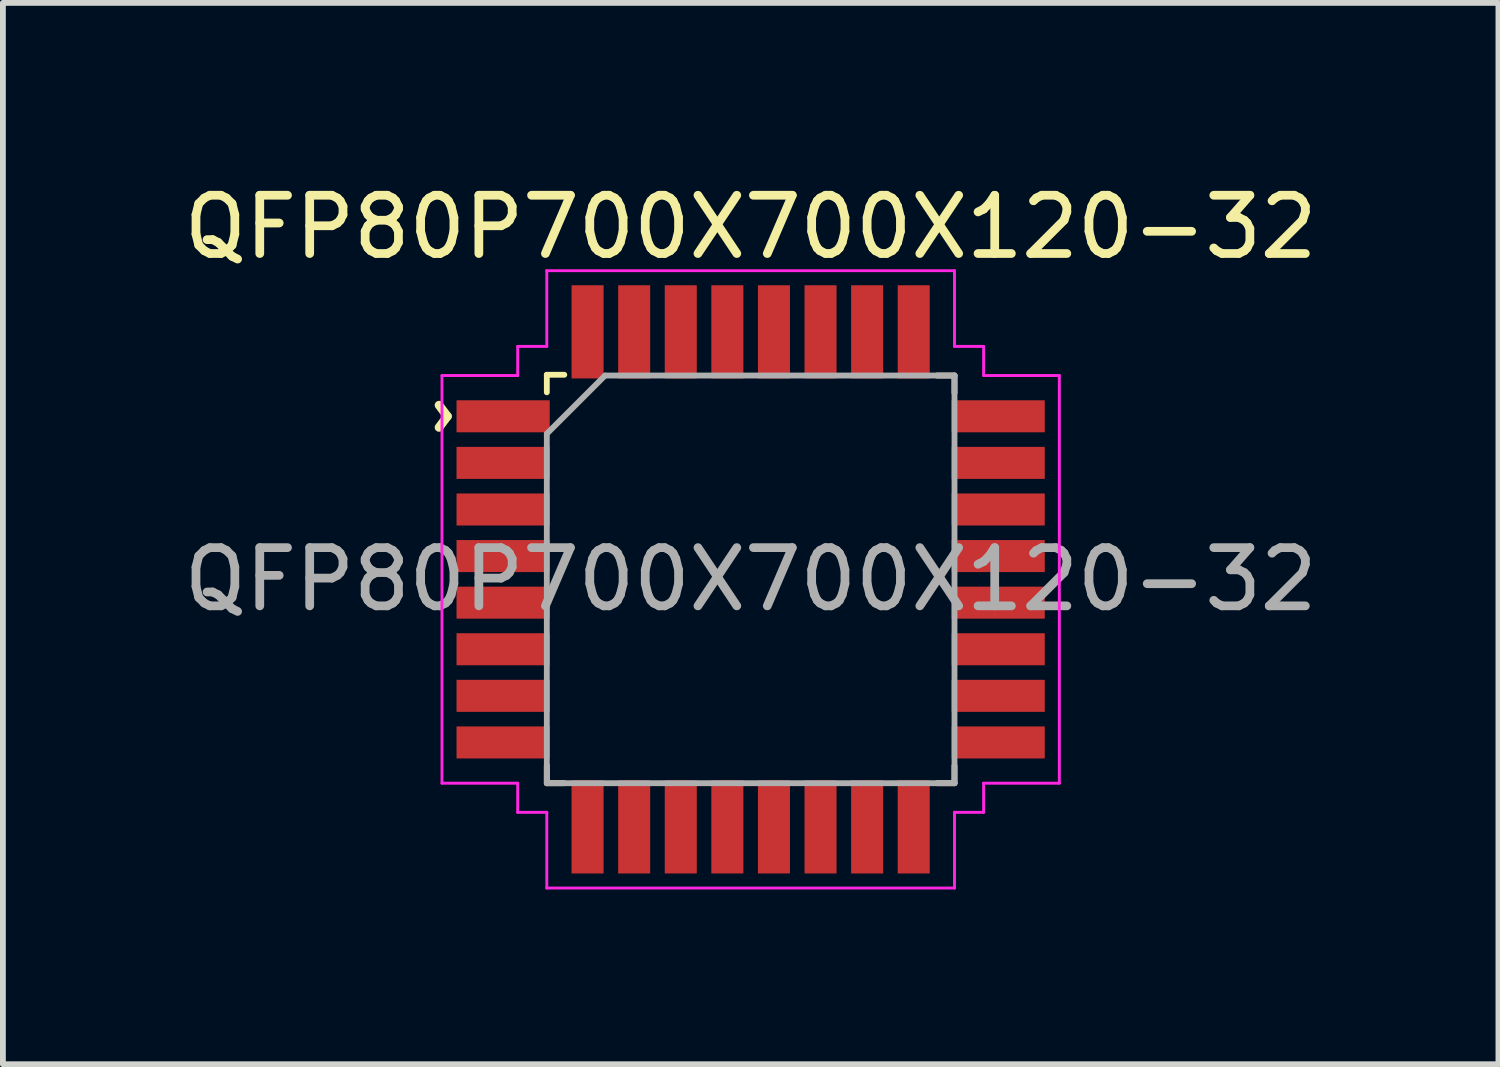
<source format=kicad_pcb>
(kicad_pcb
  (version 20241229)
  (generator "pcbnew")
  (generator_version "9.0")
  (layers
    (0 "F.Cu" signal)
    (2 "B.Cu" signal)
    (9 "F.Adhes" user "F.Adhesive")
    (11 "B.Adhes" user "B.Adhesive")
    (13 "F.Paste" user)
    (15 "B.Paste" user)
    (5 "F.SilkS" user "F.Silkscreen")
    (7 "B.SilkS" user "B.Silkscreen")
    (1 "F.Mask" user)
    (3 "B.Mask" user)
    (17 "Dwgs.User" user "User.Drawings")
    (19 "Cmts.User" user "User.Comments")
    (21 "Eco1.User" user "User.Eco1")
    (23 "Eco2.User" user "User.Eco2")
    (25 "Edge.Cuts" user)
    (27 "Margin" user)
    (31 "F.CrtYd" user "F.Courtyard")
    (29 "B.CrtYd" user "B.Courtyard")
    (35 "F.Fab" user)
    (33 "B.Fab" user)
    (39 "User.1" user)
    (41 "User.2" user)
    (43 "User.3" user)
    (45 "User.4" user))
  (footprint "QFP80P700X700X120-32"
    (layer "F.Cu")
    (at 9.839 6.898)
    (property "Reference" "QFP80P700X700X120-32" (at 0 -6.05 0) (layer "F.SilkS") (effects (font (size 1 1) (thickness 0.15))))
    (attr smd)
    (fp_line (start -3.5 -3.513) (end -3.2 -3.513) (stroke (width 0.1) (type solid)) (layer "F.SilkS"))
    (fp_line (start -3.5 -3.212) (end -3.5 -3.513) (stroke (width 0.1) (type solid)) (layer "F.SilkS"))
    (fp_line (start -3.5 3.5) (end -3.5 3.2) (stroke (width 0.1) (type solid)) (layer "F.SilkS"))
    (fp_line (start -3.2 3.5) (end -3.5 3.5) (stroke (width 0.1) (type solid)) (layer "F.SilkS"))
    (fp_line (start 3.2 -3.5) (end 3.5 -3.5) (stroke (width 0.1) (type solid)) (layer "F.SilkS"))
    (fp_line (start 3.5 -3.5) (end 3.5 -3.2) (stroke (width 0.1) (type solid)) (layer "F.SilkS"))
    (fp_line (start 3.5 3.2) (end 3.5 3.5) (stroke (width 0.1) (type solid)) (layer "F.SilkS"))
    (fp_line (start 3.5 3.5) (end 3.2 3.5) (stroke (width 0.1) (type solid)) (layer "F.SilkS"))
    (fp_line (start -5.3 -3.5) (end -5.3 3.5) (stroke (width 0.05) (type solid)) (layer "F.CrtYd"))
    (fp_line (start -5.3 -3.5) (end -4 -3.5) (stroke (width 0.05) (type solid)) (layer "F.CrtYd"))
    (fp_line (start -4 -4) (end -3.5 -4) (stroke (width 0.05) (type solid)) (layer "F.CrtYd"))
    (fp_line (start -4 -3.5) (end -4 -4) (stroke (width 0.05) (type solid)) (layer "F.CrtYd"))
    (fp_line (start -4 3.5) (end -5.3 3.5) (stroke (width 0.05) (type solid)) (layer "F.CrtYd"))
    (fp_line (start -4 4) (end -4 3.5) (stroke (width 0.05) (type solid)) (layer "F.CrtYd"))
    (fp_line (start -3.5 -5.3) (end 3.5 -5.3) (stroke (width 0.05) (type solid)) (layer "F.CrtYd"))
    (fp_line (start -3.5 -4) (end -3.5 -5.3) (stroke (width 0.05) (type solid)) (layer "F.CrtYd"))
    (fp_line (start -3.5 4) (end -4 4) (stroke (width 0.05) (type solid)) (layer "F.CrtYd"))
    (fp_line (start -3.5 5.3) (end -3.5 4) (stroke (width 0.05) (type solid)) (layer "F.CrtYd"))
    (fp_line (start -3.5 5.3) (end 3.5 5.3) (stroke (width 0.05) (type solid)) (layer "F.CrtYd"))
    (fp_line (start 3.5 -5.3) (end 3.5 -4) (stroke (width 0.05) (type solid)) (layer "F.CrtYd"))
    (fp_line (start 3.5 -4) (end 4 -4) (stroke (width 0.05) (type solid)) (layer "F.CrtYd"))
    (fp_line (start 3.5 4) (end 3.5 5.3) (stroke (width 0.05) (type solid)) (layer "F.CrtYd"))
    (fp_line (start 4 -4) (end 4 -3.5) (stroke (width 0.05) (type solid)) (layer "F.CrtYd"))
    (fp_line (start 4 -3.5) (end 5.3 -3.5) (stroke (width 0.05) (type solid)) (layer "F.CrtYd"))
    (fp_line (start 4 3.5) (end 4 4) (stroke (width 0.05) (type solid)) (layer "F.CrtYd"))
    (fp_line (start 4 4) (end 3.5 4) (stroke (width 0.05) (type solid)) (layer "F.CrtYd"))
    (fp_line (start 5.3 -3.5) (end 5.3 3.5) (stroke (width 0.05) (type solid)) (layer "F.CrtYd"))
    (fp_line (start 5.3 3.5) (end 4 3.5) (stroke (width 0.05) (type solid)) (layer "F.CrtYd"))
    (fp_line (start -3.5 -2.5) (end -2.5 -3.5) (stroke (width 0.1) (type solid)) (layer "F.Fab"))
    (fp_line (start -3.5 3.5) (end -3.5 -2.5) (stroke (width 0.1) (type solid)) (layer "F.Fab"))
    (fp_line (start -2.5 -3.5) (end 3.5 -3.5) (stroke (width 0.1) (type solid)) (layer "F.Fab"))
    (fp_line (start 3.5 -3.5) (end 3.5 3.5) (stroke (width 0.1) (type solid)) (layer "F.Fab"))
    (fp_line (start 3.5 3.5) (end -3.5 3.5) (stroke (width 0.1) (type solid)) (layer "F.Fab"))
    (fp_text user "^" (at -5.8 -2.8 270) (unlocked yes) (layer "F.SilkS") (effects (font (size 1 1) (thickness 0.15))))
    (fp_text user "${REFERENCE}" (at 0 0 0) (layer "F.Fab") (effects (font (size 1 1) (thickness 0.15))))
    (pad "1" smd rect (at -4.25 -2.8) (size 1.6 0.55) (layers "F.Cu" "F.Mask" "F.Paste"))
    (pad "2" smd rect (at -4.25 -2) (size 1.6 0.55) (layers "F.Cu" "F.Mask" "F.Paste"))
    (pad "3" smd rect (at -4.25 -1.2) (size 1.6 0.55) (layers "F.Cu" "F.Mask" "F.Paste"))
    (pad "4" smd rect (at -4.25 -0.4) (size 1.6 0.55) (layers "F.Cu" "F.Mask" "F.Paste"))
    (pad "5" smd rect (at -4.25 0.4) (size 1.6 0.55) (layers "F.Cu" "F.Mask" "F.Paste"))
    (pad "6" smd rect (at -4.25 1.2) (size 1.6 0.55) (layers "F.Cu" "F.Mask" "F.Paste"))
    (pad "7" smd rect (at -4.25 2) (size 1.6 0.55) (layers "F.Cu" "F.Mask" "F.Paste"))
    (pad "8" smd rect (at -4.25 2.8) (size 1.6 0.55) (layers "F.Cu" "F.Mask" "F.Paste"))
    (pad "9" smd rect (at -2.8 4.25 90) (size 1.6 0.55) (layers "F.Cu" "F.Mask" "F.Paste"))
    (pad "10" smd rect (at -2 4.25 90) (size 1.6 0.55) (layers "F.Cu" "F.Mask" "F.Paste"))
    (pad "11" smd rect (at -1.2 4.25 90) (size 1.6 0.55) (layers "F.Cu" "F.Mask" "F.Paste"))
    (pad "12" smd rect (at -0.4 4.25 90) (size 1.6 0.55) (layers "F.Cu" "F.Mask" "F.Paste"))
    (pad "13" smd rect (at 0.4 4.25 90) (size 1.6 0.55) (layers "F.Cu" "F.Mask" "F.Paste"))
    (pad "14" smd rect (at 1.2 4.25 90) (size 1.6 0.55) (layers "F.Cu" "F.Mask" "F.Paste"))
    (pad "15" smd rect (at 2 4.25 90) (size 1.6 0.55) (layers "F.Cu" "F.Mask" "F.Paste"))
    (pad "16" smd rect (at 2.8 4.25 90) (size 1.6 0.55) (layers "F.Cu" "F.Mask" "F.Paste"))
    (pad "17" smd rect (at 4.25 2.8) (size 1.6 0.55) (layers "F.Cu" "F.Mask" "F.Paste"))
    (pad "18" smd rect (at 4.25 2) (size 1.6 0.55) (layers "F.Cu" "F.Mask" "F.Paste"))
    (pad "19" smd rect (at 4.25 1.2) (size 1.6 0.55) (layers "F.Cu" "F.Mask" "F.Paste"))
    (pad "20" smd rect (at 4.25 0.4) (size 1.6 0.55) (layers "F.Cu" "F.Mask" "F.Paste"))
    (pad "21" smd rect (at 4.25 -0.4) (size 1.6 0.55) (layers "F.Cu" "F.Mask" "F.Paste"))
    (pad "22" smd rect (at 4.25 -1.2) (size 1.6 0.55) (layers "F.Cu" "F.Mask" "F.Paste"))
    (pad "23" smd rect (at 4.25 -2) (size 1.6 0.55) (layers "F.Cu" "F.Mask" "F.Paste"))
    (pad "24" smd rect (at 4.25 -2.8) (size 1.6 0.55) (layers "F.Cu" "F.Mask" "F.Paste"))
    (pad "25" smd rect (at 2.8 -4.25 90) (size 1.6 0.55) (layers "F.Cu" "F.Mask" "F.Paste"))
    (pad "26" smd rect (at 2 -4.25 90) (size 1.6 0.55) (layers "F.Cu" "F.Mask" "F.Paste"))
    (pad "27" smd rect (at 1.2 -4.25 90) (size 1.6 0.55) (layers "F.Cu" "F.Mask" "F.Paste"))
    (pad "28" smd rect (at 0.4 -4.25 90) (size 1.6 0.55) (layers "F.Cu" "F.Mask" "F.Paste"))
    (pad "29" smd rect (at -0.4 -4.25 90) (size 1.6 0.55) (layers "F.Cu" "F.Mask" "F.Paste"))
    (pad "30" smd rect (at -1.2 -4.25 90) (size 1.6 0.55) (layers "F.Cu" "F.Mask" "F.Paste"))
    (pad "31" smd rect (at -2 -4.25 90) (size 1.6 0.55) (layers "F.Cu" "F.Mask" "F.Paste"))
    (pad "32" smd rect (at -2.8 -4.25 90) (size 1.6 0.55) (layers "F.Cu" "F.Mask" "F.Paste")))
  (gr_rect
    (start -3 -3)
    (end 22.679 15.223)
    (stroke (width 0.1) (type default))
    (fill no)
    (layer "Edge.Cuts")))
</source>
